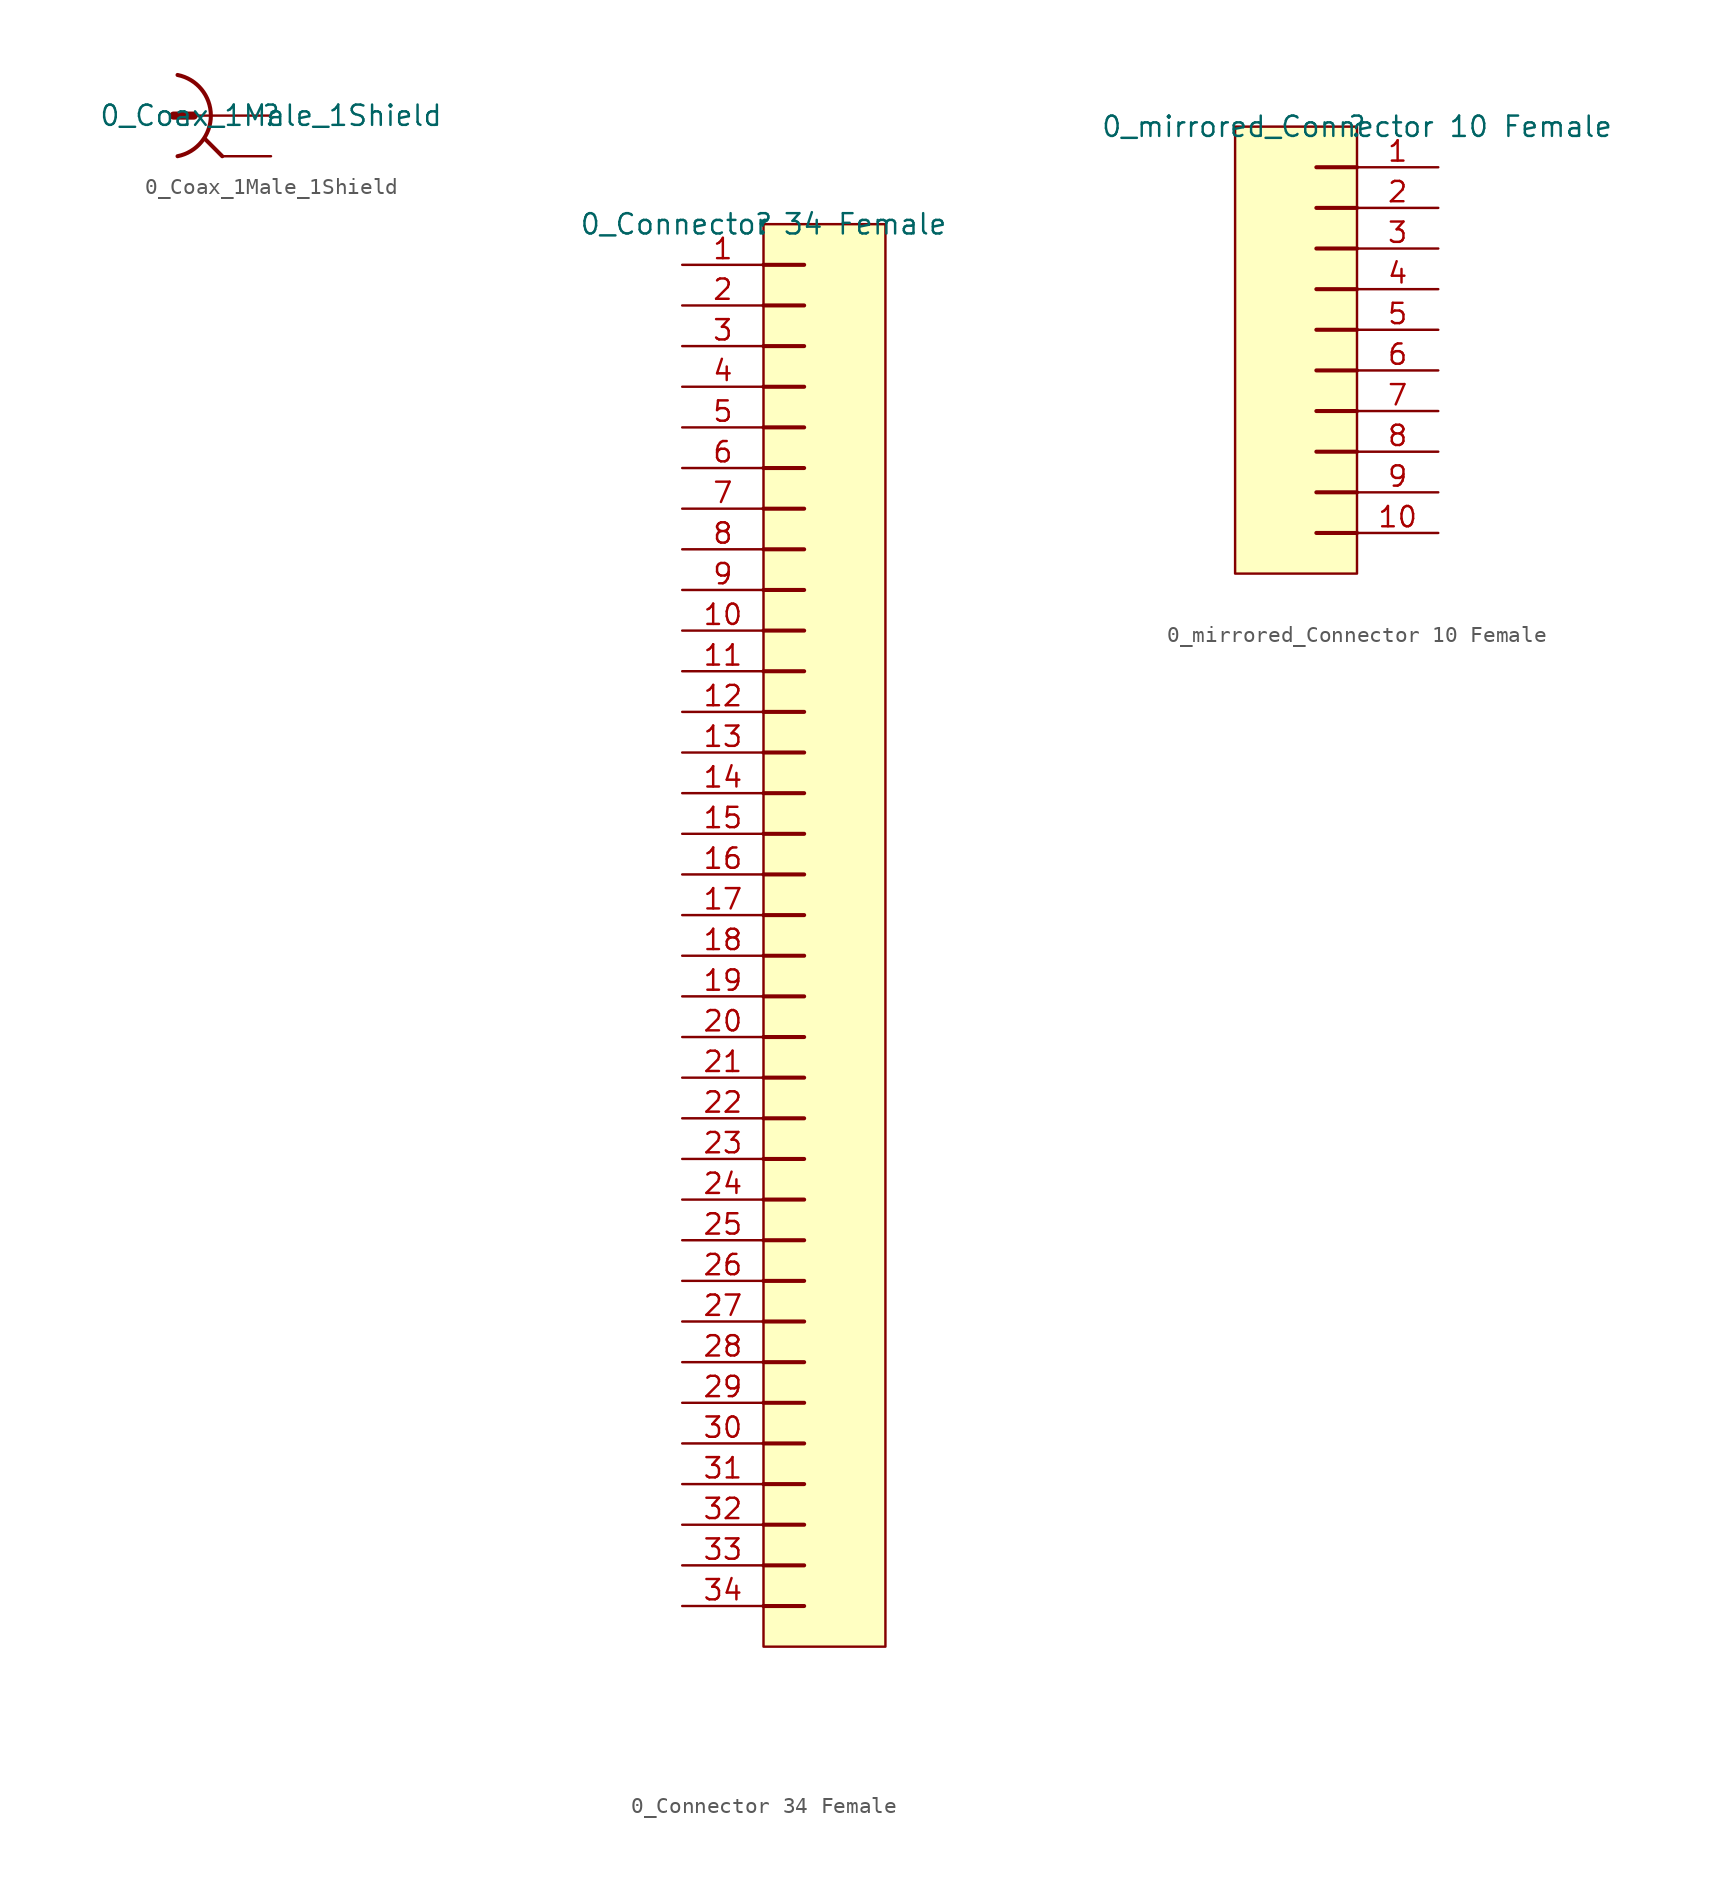
<source format=kicad_sym>
(kicad_symbol_lib
  (version 20220331)
  (generator kicad_symbol_editor)
  (symbol "0_Coax_1Male_1Shield"
    (property "Reference" ""
      (at 0 0 0)
      (effects (font (size 1.27 1.27))))
    (property "Value" "0_Coax_1Male_1Shield"
      (at 0 0 0)
      (effects (font (size 1.27 1.27))))
    (symbol "0_Coax_1Male_1Shield_1_0"
      (arc (start -5.8425 -2.5398) (mid -3.76 0) (end -5.8425 2.5398) (stroke (width 0.254) (type solid)) (fill (type none)))
      (polyline (pts (xy -4.826 0) (xy -6.096 0)) (stroke (width 0.508) (type solid)) (fill (type none)))
      (polyline (pts (xy -3.048 -2.54) (xy -4.115 -1.473)) (stroke (width 0.254) (type solid)) (fill (type none)))
      (pin bidirectional line (at 0 0 180) (length 5.08) (name "1" (effects (font (size 0 0)))) (number "1" (effects (font (size 0 0)))))
      (pin bidirectional line (at 0 -2.54 180) (length 3.048) (name "2" (effects (font (size 0 0)))) (number "2" (effects (font (size 0 0)))))))
  (symbol "0_Connector 34 Female"
    (property "Reference" ""
      (at 0 0 0)
      (effects (font (size 1.27 1.27))))
    (property "Value" "0_Connector 34 Female"
      (at 0 0 0)
      (effects (font (size 1.27 1.27))))
    (symbol "0_Connector 34 Female_1_0"
      (polyline (pts (xy 0 -86.36) (xy 2.54 -86.36)) (stroke (width 0.254) (type solid)) (fill (type none)))
      (polyline (pts (xy 0 -83.82) (xy 2.54 -83.82)) (stroke (width 0.254) (type solid)) (fill (type none)))
      (polyline (pts (xy 0 -81.28) (xy 2.54 -81.28)) (stroke (width 0.254) (type solid)) (fill (type none)))
      (polyline (pts (xy 0 -78.74) (xy 2.54 -78.74)) (stroke (width 0.254) (type solid)) (fill (type none)))
      (polyline (pts (xy 0 -76.2) (xy 2.54 -76.2)) (stroke (width 0.254) (type solid)) (fill (type none)))
      (polyline (pts (xy 0 -73.66) (xy 2.54 -73.66)) (stroke (width 0.254) (type solid)) (fill (type none)))
      (polyline (pts (xy 0 -71.12) (xy 2.54 -71.12)) (stroke (width 0.254) (type solid)) (fill (type none)))
      (polyline (pts (xy 0 -68.58) (xy 2.54 -68.58)) (stroke (width 0.254) (type solid)) (fill (type none)))
      (polyline (pts (xy 0 -66.04) (xy 2.54 -66.04)) (stroke (width 0.254) (type solid)) (fill (type none)))
      (polyline (pts (xy 0 -63.5) (xy 2.54 -63.5)) (stroke (width 0.254) (type solid)) (fill (type none)))
      (polyline (pts (xy 0 -60.96) (xy 2.54 -60.96)) (stroke (width 0.254) (type solid)) (fill (type none)))
      (polyline (pts (xy 0 -58.42) (xy 2.54 -58.42)) (stroke (width 0.254) (type solid)) (fill (type none)))
      (polyline (pts (xy 0 -55.88) (xy 2.54 -55.88)) (stroke (width 0.254) (type solid)) (fill (type none)))
      (polyline (pts (xy 0 -53.34) (xy 2.54 -53.34)) (stroke (width 0.254) (type solid)) (fill (type none)))
      (polyline (pts (xy 0 -50.8) (xy 2.54 -50.8)) (stroke (width 0.254) (type solid)) (fill (type none)))
      (polyline (pts (xy 0 -48.26) (xy 2.54 -48.26)) (stroke (width 0.254) (type solid)) (fill (type none)))
      (polyline (pts (xy 0 -45.72) (xy 2.54 -45.72)) (stroke (width 0.254) (type solid)) (fill (type none)))
      (polyline (pts (xy 0 -43.18) (xy 2.54 -43.18)) (stroke (width 0.254) (type solid)) (fill (type none)))
      (polyline (pts (xy 0 -40.64) (xy 2.54 -40.64)) (stroke (width 0.254) (type solid)) (fill (type none)))
      (polyline (pts (xy 0 -38.1) (xy 2.54 -38.1)) (stroke (width 0.254) (type solid)) (fill (type none)))
      (polyline (pts (xy 0 -35.56) (xy 2.54 -35.56)) (stroke (width 0.254) (type solid)) (fill (type none)))
      (polyline (pts (xy 0 -33.02) (xy 2.54 -33.02)) (stroke (width 0.254) (type solid)) (fill (type none)))
      (polyline (pts (xy 0 -30.48) (xy 2.54 -30.48)) (stroke (width 0.254) (type solid)) (fill (type none)))
      (polyline (pts (xy 0 -27.94) (xy 2.54 -27.94)) (stroke (width 0.254) (type solid)) (fill (type none)))
      (polyline (pts (xy 0 -25.4) (xy 2.54 -25.4)) (stroke (width 0.254) (type solid)) (fill (type none)))
      (polyline (pts (xy 0 -22.86) (xy 2.54 -22.86)) (stroke (width 0.254) (type solid)) (fill (type none)))
      (polyline (pts (xy 0 -20.32) (xy 2.54 -20.32)) (stroke (width 0.254) (type solid)) (fill (type none)))
      (polyline (pts (xy 0 -17.78) (xy 2.54 -17.78)) (stroke (width 0.254) (type solid)) (fill (type none)))
      (polyline (pts (xy 0 -15.24) (xy 2.54 -15.24)) (stroke (width 0.254) (type solid)) (fill (type none)))
      (polyline (pts (xy 0 -12.7) (xy 2.54 -12.7)) (stroke (width 0.254) (type solid)) (fill (type none)))
      (polyline (pts (xy 0 -10.16) (xy 2.54 -10.16)) (stroke (width 0.254) (type solid)) (fill (type none)))
      (polyline (pts (xy 0 -7.62) (xy 2.54 -7.62)) (stroke (width 0.254) (type solid)) (fill (type none)))
      (polyline (pts (xy 0 -5.08) (xy 2.54 -5.08)) (stroke (width 0.254) (type solid)) (fill (type none)))
      (polyline (pts (xy 0 -2.54) (xy 2.54 -2.54)) (stroke (width 0.254) (type solid)) (fill (type none)))
      (rectangle (start 7.62 0) (end 0 -88.9) (stroke (width 0) (type solid)) (fill (type background)))
      (pin bidirectional line (at -5.08 -2.54 0) (length 5.08) (name "1" (effects (font (size 0 0)))) (number "1" (effects (font (size 1.27 1.27)))))
      (pin bidirectional line (at -5.08 -25.4 0) (length 5.08) (name "10" (effects (font (size 0 0)))) (number "10" (effects (font (size 1.27 1.27)))))
      (pin bidirectional line (at -5.08 -27.94 0) (length 5.08) (name "11" (effects (font (size 0 0)))) (number "11" (effects (font (size 1.27 1.27)))))
      (pin bidirectional line (at -5.08 -30.48 0) (length 5.08) (name "12" (effects (font (size 0 0)))) (number "12" (effects (font (size 1.27 1.27)))))
      (pin bidirectional line (at -5.08 -33.02 0) (length 5.08) (name "13" (effects (font (size 0 0)))) (number "13" (effects (font (size 1.27 1.27)))))
      (pin bidirectional line (at -5.08 -35.56 0) (length 5.08) (name "14" (effects (font (size 0 0)))) (number "14" (effects (font (size 1.27 1.27)))))
      (pin bidirectional line (at -5.08 -38.1 0) (length 5.08) (name "15" (effects (font (size 0 0)))) (number "15" (effects (font (size 1.27 1.27)))))
      (pin bidirectional line (at -5.08 -40.64 0) (length 5.08) (name "16" (effects (font (size 0 0)))) (number "16" (effects (font (size 1.27 1.27)))))
      (pin bidirectional line (at -5.08 -43.18 0) (length 5.08) (name "17" (effects (font (size 0 0)))) (number "17" (effects (font (size 1.27 1.27)))))
      (pin bidirectional line (at -5.08 -45.72 0) (length 5.08) (name "18" (effects (font (size 0 0)))) (number "18" (effects (font (size 1.27 1.27)))))
      (pin bidirectional line (at -5.08 -48.26 0) (length 5.08) (name "19" (effects (font (size 0 0)))) (number "19" (effects (font (size 1.27 1.27)))))
      (pin bidirectional line (at -5.08 -5.08 0) (length 5.08) (name "2" (effects (font (size 0 0)))) (number "2" (effects (font (size 1.27 1.27)))))
      (pin bidirectional line (at -5.08 -50.8 0) (length 5.08) (name "20" (effects (font (size 0 0)))) (number "20" (effects (font (size 1.27 1.27)))))
      (pin bidirectional line (at -5.08 -53.34 0) (length 5.08) (name "21" (effects (font (size 0 0)))) (number "21" (effects (font (size 1.27 1.27)))))
      (pin bidirectional line (at -5.08 -55.88 0) (length 5.08) (name "22" (effects (font (size 0 0)))) (number "22" (effects (font (size 1.27 1.27)))))
      (pin bidirectional line (at -5.08 -58.42 0) (length 5.08) (name "23" (effects (font (size 0 0)))) (number "23" (effects (font (size 1.27 1.27)))))
      (pin bidirectional line (at -5.08 -60.96 0) (length 5.08) (name "24" (effects (font (size 0 0)))) (number "24" (effects (font (size 1.27 1.27)))))
      (pin bidirectional line (at -5.08 -63.5 0) (length 5.08) (name "25" (effects (font (size 0 0)))) (number "25" (effects (font (size 1.27 1.27)))))
      (pin bidirectional line (at -5.08 -66.04 0) (length 5.08) (name "26" (effects (font (size 0 0)))) (number "26" (effects (font (size 1.27 1.27)))))
      (pin bidirectional line (at -5.08 -68.58 0) (length 5.08) (name "27" (effects (font (size 0 0)))) (number "27" (effects (font (size 1.27 1.27)))))
      (pin bidirectional line (at -5.08 -71.12 0) (length 5.08) (name "28" (effects (font (size 0 0)))) (number "28" (effects (font (size 1.27 1.27)))))
      (pin bidirectional line (at -5.08 -73.66 0) (length 5.08) (name "29" (effects (font (size 0 0)))) (number "29" (effects (font (size 1.27 1.27)))))
      (pin bidirectional line (at -5.08 -7.62 0) (length 5.08) (name "3" (effects (font (size 0 0)))) (number "3" (effects (font (size 1.27 1.27)))))
      (pin bidirectional line (at -5.08 -76.2 0) (length 5.08) (name "30" (effects (font (size 0 0)))) (number "30" (effects (font (size 1.27 1.27)))))
      (pin bidirectional line (at -5.08 -78.74 0) (length 5.08) (name "31" (effects (font (size 0 0)))) (number "31" (effects (font (size 1.27 1.27)))))
      (pin bidirectional line (at -5.08 -81.28 0) (length 5.08) (name "32" (effects (font (size 0 0)))) (number "32" (effects (font (size 1.27 1.27)))))
      (pin bidirectional line (at -5.08 -83.82 0) (length 5.08) (name "33" (effects (font (size 0 0)))) (number "33" (effects (font (size 1.27 1.27)))))
      (pin bidirectional line (at -5.08 -86.36 0) (length 5.08) (name "34" (effects (font (size 0 0)))) (number "34" (effects (font (size 1.27 1.27)))))
      (pin bidirectional line (at -5.08 -10.16 0) (length 5.08) (name "4" (effects (font (size 0 0)))) (number "4" (effects (font (size 1.27 1.27)))))
      (pin bidirectional line (at -5.08 -12.7 0) (length 5.08) (name "5" (effects (font (size 0 0)))) (number "5" (effects (font (size 1.27 1.27)))))
      (pin bidirectional line (at -5.08 -15.24 0) (length 5.08) (name "6" (effects (font (size 0 0)))) (number "6" (effects (font (size 1.27 1.27)))))
      (pin bidirectional line (at -5.08 -17.78 0) (length 5.08) (name "7" (effects (font (size 0 0)))) (number "7" (effects (font (size 1.27 1.27)))))
      (pin bidirectional line (at -5.08 -20.32 0) (length 5.08) (name "8" (effects (font (size 0 0)))) (number "8" (effects (font (size 1.27 1.27)))))
      (pin bidirectional line (at -5.08 -22.86 0) (length 5.08) (name "9" (effects (font (size 0 0)))) (number "9" (effects (font (size 1.27 1.27)))))))
  (symbol "0_mirrored_Connector 10 Female"
    (property "Reference" ""
      (at 0 0 0)
      (effects (font (size 1.27 1.27))))
    (property "Value" "0_mirrored_Connector 10 Female"
      (at 0 0 0)
      (effects (font (size 1.27 1.27))))
    (symbol "0_mirrored_Connector 10 Female_1_0"
      (rectangle (start 0 0) (end -7.62 -27.94) (stroke (width 0) (type solid)) (fill (type background)))
      (polyline (pts (xy 0 -25.4) (xy -2.54 -25.4)) (stroke (width 0.254) (type solid)) (fill (type none)))
      (polyline (pts (xy 0 -22.86) (xy -2.54 -22.86)) (stroke (width 0.254) (type solid)) (fill (type none)))
      (polyline (pts (xy 0 -20.32) (xy -2.54 -20.32)) (stroke (width 0.254) (type solid)) (fill (type none)))
      (polyline (pts (xy 0 -17.78) (xy -2.54 -17.78)) (stroke (width 0.254) (type solid)) (fill (type none)))
      (polyline (pts (xy 0 -15.24) (xy -2.54 -15.24)) (stroke (width 0.254) (type solid)) (fill (type none)))
      (polyline (pts (xy 0 -12.7) (xy -2.54 -12.7)) (stroke (width 0.254) (type solid)) (fill (type none)))
      (polyline (pts (xy 0 -10.16) (xy -2.54 -10.16)) (stroke (width 0.254) (type solid)) (fill (type none)))
      (polyline (pts (xy 0 -7.62) (xy -2.54 -7.62)) (stroke (width 0.254) (type solid)) (fill (type none)))
      (polyline (pts (xy 0 -5.08) (xy -2.54 -5.08)) (stroke (width 0.254) (type solid)) (fill (type none)))
      (polyline (pts (xy 0 -2.54) (xy -2.54 -2.54)) (stroke (width 0.254) (type solid)) (fill (type none)))
      (pin bidirectional line (at 5.08 -2.54 180) (length 5.08) (name "1" (effects (font (size 0 0)))) (number "1" (effects (font (size 1.27 1.27)))))
      (pin bidirectional line (at 5.08 -25.4 180) (length 5.08) (name "10" (effects (font (size 0 0)))) (number "10" (effects (font (size 1.27 1.27)))))
      (pin bidirectional line (at 5.08 -5.08 180) (length 5.08) (name "2" (effects (font (size 0 0)))) (number "2" (effects (font (size 1.27 1.27)))))
      (pin bidirectional line (at 5.08 -7.62 180) (length 5.08) (name "3" (effects (font (size 0 0)))) (number "3" (effects (font (size 1.27 1.27)))))
      (pin bidirectional line (at 5.08 -10.16 180) (length 5.08) (name "4" (effects (font (size 0 0)))) (number "4" (effects (font (size 1.27 1.27)))))
      (pin bidirectional line (at 5.08 -12.7 180) (length 5.08) (name "5" (effects (font (size 0 0)))) (number "5" (effects (font (size 1.27 1.27)))))
      (pin bidirectional line (at 5.08 -15.24 180) (length 5.08) (name "6" (effects (font (size 0 0)))) (number "6" (effects (font (size 1.27 1.27)))))
      (pin bidirectional line (at 5.08 -17.78 180) (length 5.08) (name "7" (effects (font (size 0 0)))) (number "7" (effects (font (size 1.27 1.27)))))
      (pin bidirectional line (at 5.08 -20.32 180) (length 5.08) (name "8" (effects (font (size 0 0)))) (number "8" (effects (font (size 1.27 1.27)))))
      (pin bidirectional line (at 5.08 -22.86 180) (length 5.08) (name "9" (effects (font (size 0 0)))) (number "9" (effects (font (size 1.27 1.27))))))))
</source>
